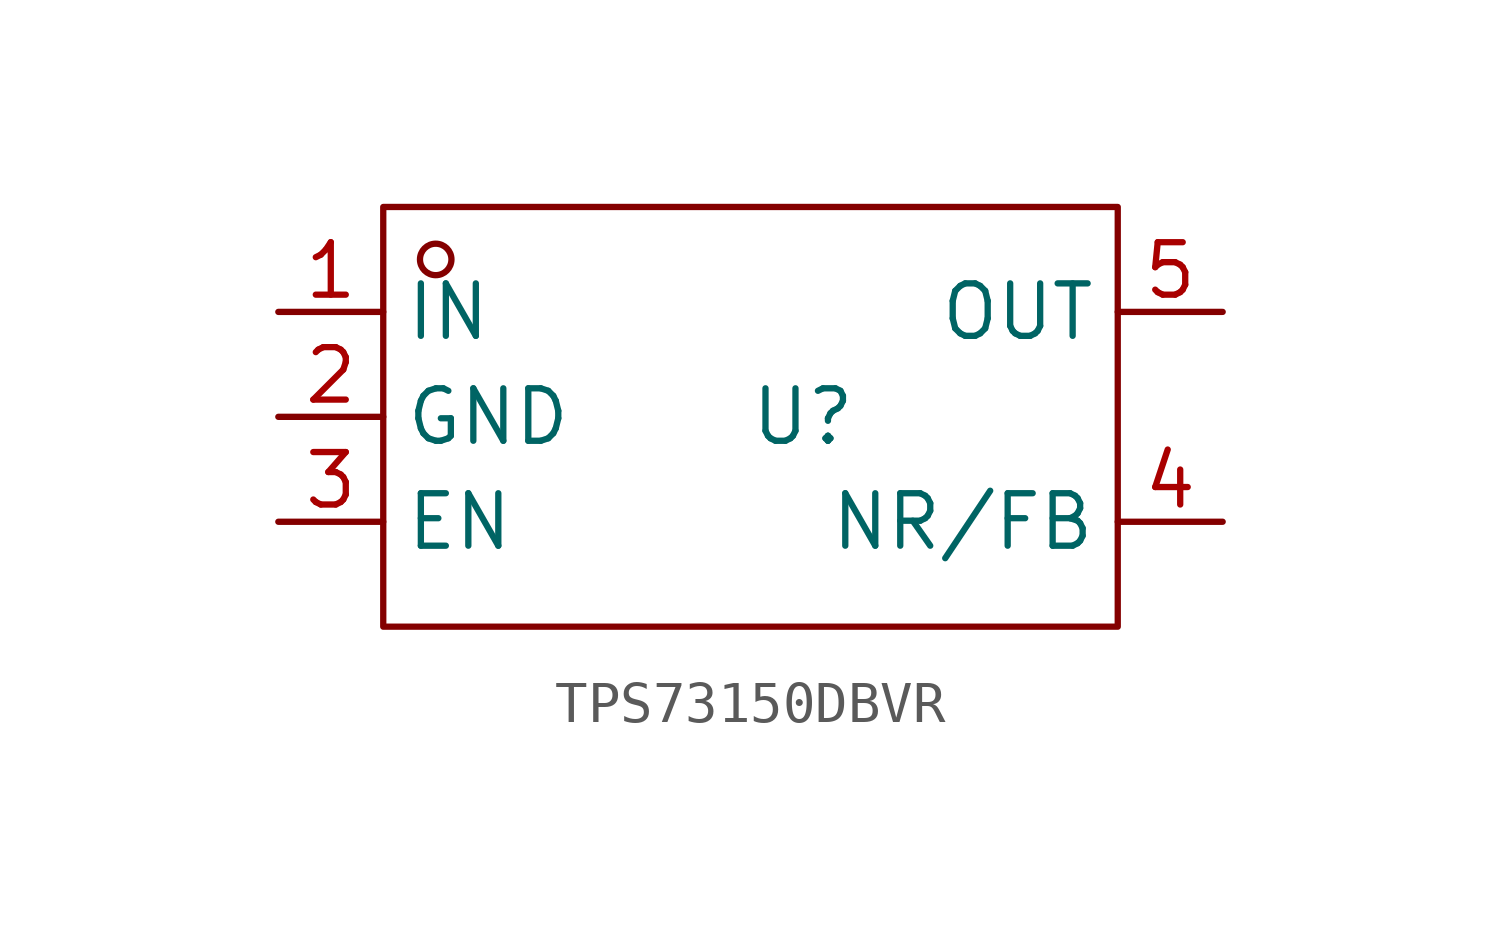
<source format=kicad_sym>
(kicad_symbol_lib
  (version 20241209)
  (generator "kicad_symbol_editor")
  (generator_version "9.0")
  (symbol "TPS73150DBVR"
    (property "Reference" "U"
      (at 0 0 0)
      (effects (font (size 1.27 1.27))))
    (property "Value" ""
      (at 0 0 0)
      (effects (font (size 1.27 1.27))))
    (symbol "TPS73150DBVR_1_0"
      (rectangle (start -10.16 -5.08) (end 7.62 5.08) (stroke (width 0) (type default)) (fill (type none)))
      (circle (center -8.89 3.81) (radius 0.381) (stroke (width 0) (type default)) (fill (type none)))
      (pin unspecified line (at -12.7 2.54 0) (length 2.54) (name "IN" (effects (font (size 1.27 1.27)))) (number "1" (effects (font (size 1.27 1.27)))))
      (pin unspecified line (at -12.7 0 0) (length 2.54) (name "GND" (effects (font (size 1.27 1.27)))) (number "2" (effects (font (size 1.27 1.27)))))
      (pin unspecified line (at -12.7 -2.54 0) (length 2.54) (name "EN" (effects (font (size 1.27 1.27)))) (number "3" (effects (font (size 1.27 1.27)))))
      (pin unspecified line (at 10.16 2.54 180) (length 2.54) (name "OUT" (effects (font (size 1.27 1.27)))) (number "5" (effects (font (size 1.27 1.27)))))
      (pin unspecified line (at 10.16 -2.54 180) (length 2.54) (name "NR/FB" (effects (font (size 1.27 1.27)))) (number "4" (effects (font (size 1.27 1.27))))))))
</source>
